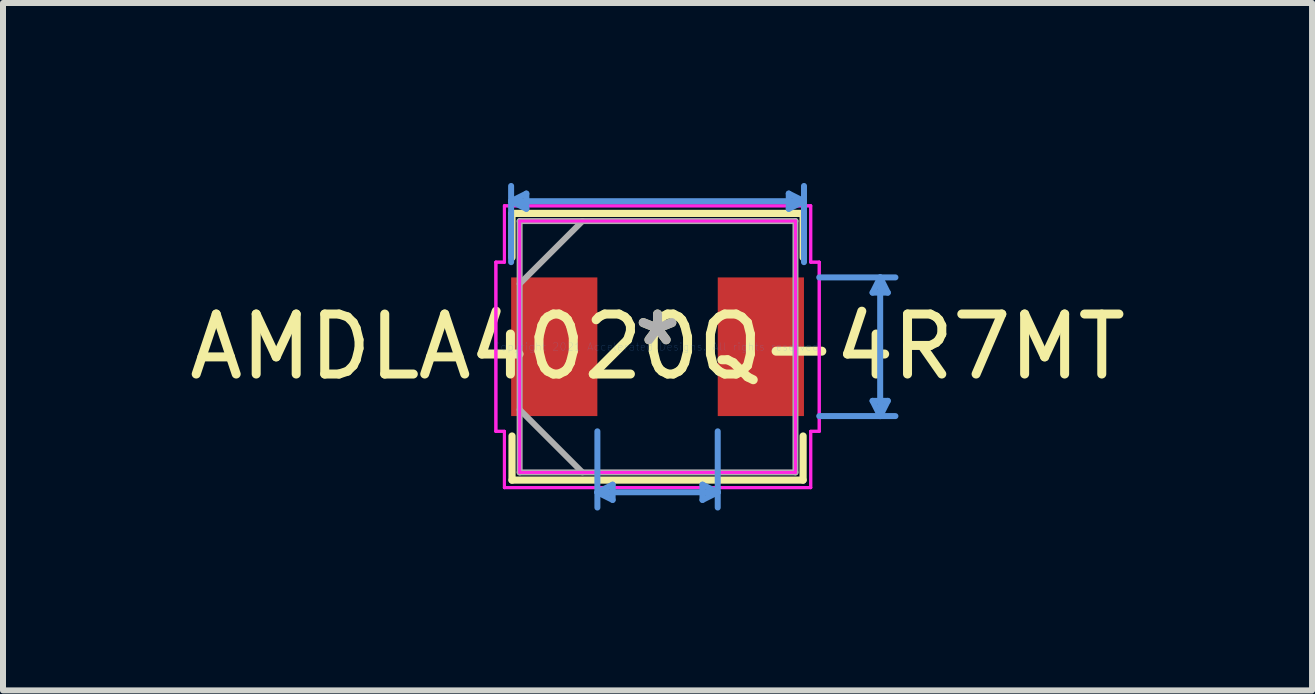
<source format=kicad_pcb>
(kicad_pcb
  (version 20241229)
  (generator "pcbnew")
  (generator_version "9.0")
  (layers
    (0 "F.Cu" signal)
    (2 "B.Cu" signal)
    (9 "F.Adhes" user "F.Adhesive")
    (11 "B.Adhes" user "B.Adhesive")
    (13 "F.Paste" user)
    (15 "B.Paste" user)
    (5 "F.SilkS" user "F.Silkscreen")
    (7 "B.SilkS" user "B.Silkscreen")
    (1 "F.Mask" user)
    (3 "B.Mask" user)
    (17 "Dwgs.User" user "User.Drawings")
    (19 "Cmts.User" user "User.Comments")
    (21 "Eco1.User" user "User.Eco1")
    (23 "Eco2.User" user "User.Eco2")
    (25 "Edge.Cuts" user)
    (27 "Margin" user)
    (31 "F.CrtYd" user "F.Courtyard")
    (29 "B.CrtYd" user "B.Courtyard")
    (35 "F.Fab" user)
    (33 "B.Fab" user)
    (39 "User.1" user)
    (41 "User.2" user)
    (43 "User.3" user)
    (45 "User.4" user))
  (footprint "AMDLA4020Q-4R7MT"
    (layer "F.Cu")
    (at 7.911 2.73)
    (property "Reference" "AMDLA4020Q-4R7MT" (at 0 0 0) (layer "F.SilkS") (effects (font (size 1 1) (thickness 0.15))))
    (attr through_hole)
    (fp_line (start -2.426 -2.223) (end -2.426 -1.488) (stroke (width 0.12) (type solid)) (layer "F.SilkS"))
    (fp_line (start -2.426 1.488) (end -2.426 2.223) (stroke (width 0.12) (type solid)) (layer "F.SilkS"))
    (fp_line (start -2.426 2.223) (end 2.426 2.223) (stroke (width 0.12) (type solid)) (layer "F.SilkS"))
    (fp_line (start 2.426 -2.223) (end -2.426 -2.223) (stroke (width 0.12) (type solid)) (layer "F.SilkS"))
    (fp_line (start 2.426 -1.488) (end 2.426 -2.223) (stroke (width 0.12) (type solid)) (layer "F.SilkS"))
    (fp_line (start 2.426 2.223) (end 2.426 1.488) (stroke (width 0.12) (type solid)) (layer "F.SilkS"))
    (fp_line (start -2.441 -2.426) (end -2.187 -2.553) (stroke (width 0.1) (type solid)) (layer "Cmts.User"))
    (fp_line (start -2.441 -2.426) (end 2.441 -2.426) (stroke (width 0.1) (type solid)) (layer "Cmts.User"))
    (fp_line (start -2.441 -1.41) (end -2.441 -2.68) (stroke (width 0.1) (type solid)) (layer "Cmts.User"))
    (fp_line (start -2.187 -2.553) (end -2.187 -2.299) (stroke (width 0.1) (type solid)) (layer "Cmts.User"))
    (fp_line (start -2.187 -2.299) (end -2.441 -2.426) (stroke (width 0.1) (type solid)) (layer "Cmts.User"))
    (fp_line (start -1.003 1.41) (end -1.003 2.68) (stroke (width 0.1) (type solid)) (layer "Cmts.User"))
    (fp_line (start -1.003 2.426) (end -0.749 2.553) (stroke (width 0.1) (type solid)) (layer "Cmts.User"))
    (fp_line (start -1.003 2.426) (end 1.003 2.426) (stroke (width 0.1) (type solid)) (layer "Cmts.User"))
    (fp_line (start -0.749 2.299) (end -1.003 2.426) (stroke (width 0.1) (type solid)) (layer "Cmts.User"))
    (fp_line (start -0.749 2.553) (end -0.749 2.299) (stroke (width 0.1) (type solid)) (layer "Cmts.User"))
    (fp_line (start 0.749 2.299) (end 1.003 2.426) (stroke (width 0.1) (type solid)) (layer "Cmts.User"))
    (fp_line (start 0.749 2.553) (end 0.749 2.299) (stroke (width 0.1) (type solid)) (layer "Cmts.User"))
    (fp_line (start 1.003 1.41) (end 1.003 2.68) (stroke (width 0.1) (type solid)) (layer "Cmts.User"))
    (fp_line (start 1.003 2.426) (end 0.749 2.553) (stroke (width 0.1) (type solid)) (layer "Cmts.User"))
    (fp_line (start 2.187 -2.553) (end 2.187 -2.299) (stroke (width 0.1) (type solid)) (layer "Cmts.User"))
    (fp_line (start 2.187 -2.299) (end 2.441 -2.426) (stroke (width 0.1) (type solid)) (layer "Cmts.User"))
    (fp_line (start 2.441 -2.426) (end 2.187 -2.553) (stroke (width 0.1) (type solid)) (layer "Cmts.User"))
    (fp_line (start 2.441 -1.41) (end 2.441 -2.68) (stroke (width 0.1) (type solid)) (layer "Cmts.User"))
    (fp_line (start 2.695 -1.156) (end 3.965 -1.156) (stroke (width 0.1) (type solid)) (layer "Cmts.User"))
    (fp_line (start 2.695 1.156) (end 3.965 1.156) (stroke (width 0.1) (type solid)) (layer "Cmts.User"))
    (fp_line (start 3.584 -0.902) (end 3.838 -0.902) (stroke (width 0.1) (type solid)) (layer "Cmts.User"))
    (fp_line (start 3.584 0.902) (end 3.838 0.902) (stroke (width 0.1) (type solid)) (layer "Cmts.User"))
    (fp_line (start 3.711 -1.156) (end 3.584 -0.902) (stroke (width 0.1) (type solid)) (layer "Cmts.User"))
    (fp_line (start 3.711 -1.156) (end 3.711 1.156) (stroke (width 0.1) (type solid)) (layer "Cmts.User"))
    (fp_line (start 3.711 1.156) (end 3.584 0.902) (stroke (width 0.1) (type solid)) (layer "Cmts.User"))
    (fp_line (start 3.838 -0.902) (end 3.711 -1.156) (stroke (width 0.1) (type solid)) (layer "Cmts.User"))
    (fp_line (start 3.838 0.902) (end 3.711 1.156) (stroke (width 0.1) (type solid)) (layer "Cmts.User"))
    (fp_line (start -2.695 -1.41) (end -2.553 -1.41) (stroke (width 0.05) (type solid)) (layer "F.CrtYd"))
    (fp_line (start -2.695 -1.41) (end -2.553 -1.41) (stroke (width 0.05) (type solid)) (layer "F.CrtYd"))
    (fp_line (start -2.695 1.41) (end -2.695 -1.41) (stroke (width 0.05) (type solid)) (layer "F.CrtYd"))
    (fp_line (start -2.695 1.41) (end -2.695 -1.41) (stroke (width 0.05) (type solid)) (layer "F.CrtYd"))
    (fp_line (start -2.553 -2.349) (end 2.553 -2.349) (stroke (width 0.05) (type solid)) (layer "F.CrtYd"))
    (fp_line (start -2.553 -2.349) (end 2.553 -2.349) (stroke (width 0.05) (type solid)) (layer "F.CrtYd"))
    (fp_line (start -2.553 -1.41) (end -2.553 -2.349) (stroke (width 0.05) (type solid)) (layer "F.CrtYd"))
    (fp_line (start -2.553 -1.41) (end -2.553 -2.349) (stroke (width 0.05) (type solid)) (layer "F.CrtYd"))
    (fp_line (start -2.553 1.41) (end -2.695 1.41) (stroke (width 0.05) (type solid)) (layer "F.CrtYd"))
    (fp_line (start -2.553 1.41) (end -2.695 1.41) (stroke (width 0.05) (type solid)) (layer "F.CrtYd"))
    (fp_line (start -2.553 1.41) (end -2.553 2.349) (stroke (width 0.05) (type solid)) (layer "F.CrtYd"))
    (fp_line (start -2.553 2.349) (end -2.553 1.41) (stroke (width 0.05) (type solid)) (layer "F.CrtYd"))
    (fp_line (start -2.553 2.349) (end 2.553 2.349) (stroke (width 0.05) (type solid)) (layer "F.CrtYd"))
    (fp_line (start -2.299 -2.095) (end 2.299 -2.095) (stroke (width 0.05) (type solid)) (layer "F.CrtYd"))
    (fp_line (start -2.299 2.095) (end -2.299 -2.095) (stroke (width 0.05) (type solid)) (layer "F.CrtYd"))
    (fp_line (start 2.299 -2.095) (end 2.299 2.095) (stroke (width 0.05) (type solid)) (layer "F.CrtYd"))
    (fp_line (start 2.299 2.095) (end -2.299 2.095) (stroke (width 0.05) (type solid)) (layer "F.CrtYd"))
    (fp_line (start 2.553 -2.349) (end 2.553 -1.41) (stroke (width 0.05) (type solid)) (layer "F.CrtYd"))
    (fp_line (start 2.553 -2.349) (end 2.553 -1.41) (stroke (width 0.05) (type solid)) (layer "F.CrtYd"))
    (fp_line (start 2.553 -1.41) (end 2.695 -1.41) (stroke (width 0.05) (type solid)) (layer "F.CrtYd"))
    (fp_line (start 2.553 -1.41) (end 2.695 -1.41) (stroke (width 0.05) (type solid)) (layer "F.CrtYd"))
    (fp_line (start 2.553 1.41) (end 2.553 2.349) (stroke (width 0.05) (type solid)) (layer "F.CrtYd"))
    (fp_line (start 2.553 1.41) (end 2.695 1.41) (stroke (width 0.05) (type solid)) (layer "F.CrtYd"))
    (fp_line (start 2.553 2.349) (end -2.553 2.349) (stroke (width 0.05) (type solid)) (layer "F.CrtYd"))
    (fp_line (start 2.553 2.349) (end 2.553 1.41) (stroke (width 0.05) (type solid)) (layer "F.CrtYd"))
    (fp_line (start 2.695 -1.41) (end 2.695 1.41) (stroke (width 0.05) (type solid)) (layer "F.CrtYd"))
    (fp_line (start 2.695 -1.41) (end 2.695 1.41) (stroke (width 0.05) (type solid)) (layer "F.CrtYd"))
    (fp_line (start 2.695 1.41) (end 2.553 1.41) (stroke (width 0.05) (type solid)) (layer "F.CrtYd"))
    (fp_line (start -2.299 -2.095) (end -2.299 2.095) (stroke (width 0.1) (type solid)) (layer "F.Fab"))
    (fp_line (start -2.299 -1.048) (end -1.251 -2.095) (stroke (width 0.1) (type solid)) (layer "F.Fab"))
    (fp_line (start -2.299 1.048) (end -1.251 2.095) (stroke (width 0.1) (type solid)) (layer "F.Fab"))
    (fp_line (start -2.299 2.095) (end 2.299 2.095) (stroke (width 0.1) (type solid)) (layer "F.Fab"))
    (fp_line (start 2.299 -2.095) (end -2.299 -2.095) (stroke (width 0.1) (type solid)) (layer "F.Fab"))
    (fp_line (start 2.299 2.095) (end 2.299 -2.095) (stroke (width 0.1) (type solid)) (layer "F.Fab"))
    (fp_text user "*" (at 0 0 0) (layer "F.SilkS") (effects (font (size 1 1) (thickness 0.15))))
    (fp_text user "Copyright 2021 Accelerated Designs. All rights reserved." (at 0 0 0) (layer "Cmts.User") (effects (font (size 0.127 0.127) (thickness 0.002))))
    (fp_text user "*" (at 0 0 0) (layer "F.Fab") (effects (font (size 1 1) (thickness 0.15))))
    (pad "1" smd rect (at -1.722 0 90) (size 2.311 1.437) (layers "F.Cu" "F.Mask" "F.Paste"))
    (pad "2" smd rect (at 1.722 0 90) (size 2.311 1.437) (layers "F.Cu" "F.Mask" "F.Paste")))
  (gr_rect
    (start -3 -3)
    (end 18.821 8.459)
    (stroke (width 0.1) (type default))
    (fill no)
    (layer "Edge.Cuts")))
</source>
